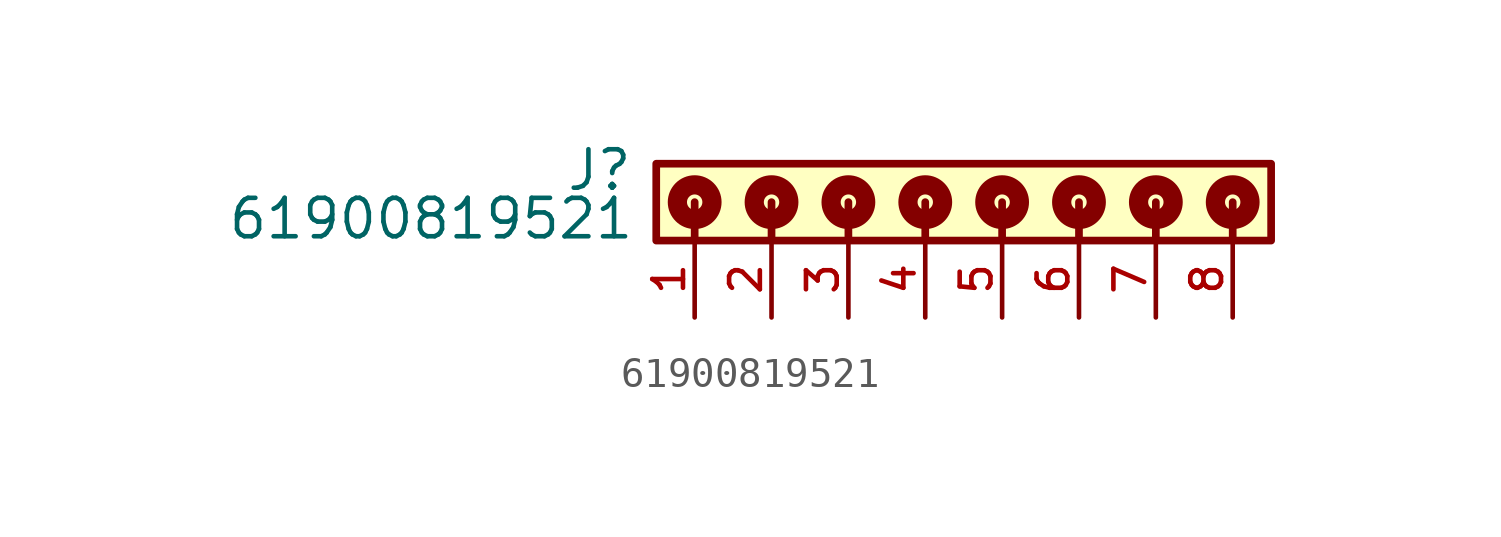
<source format=kicad_sym>
(kicad_symbol_lib
  (version 20211014)
  (generator kicad_symbol_editor)
  (symbol "61900819521"
    (pin_names
      (offset 1.016))
    (property "Reference" "J"
      (at -9.64 -0.955 0)
      (effects (font (size 1.27 1.27)) (justify bottom right)))
    (property "Value" "61900819521"
      (at -9.58 -2.56 0)
      (effects (font (size 1.27 1.27)) (justify bottom right)))
    (symbol "61900819521_0_0"
      (polyline (pts (xy -7.62 -1.27) (xy -7.62 -2.54)) (stroke (width 0.254)))
      (polyline (pts (xy -5.08 -1.27) (xy -5.08 -2.54)) (stroke (width 0.254)))
      (polyline (pts (xy -2.54 -1.27) (xy -2.54 -2.54)) (stroke (width 0.254)))
      (polyline (pts (xy 0.0 -1.27) (xy 0.0 -2.54)) (stroke (width 0.254)))
      (polyline (pts (xy 2.54 -1.27) (xy 2.54 -2.54)) (stroke (width 0.254)))
      (polyline (pts (xy 5.08 -1.27) (xy 5.08 -2.54)) (stroke (width 0.254)))
      (polyline (pts (xy 7.62 -1.27) (xy 7.62 -2.54)) (stroke (width 0.254)))
      (polyline (pts (xy 10.16 -1.27) (xy 10.16 -2.54)) (stroke (width 0.254)))
      (circle (center -7.62 -1.27) (radius 0.254) (stroke (width 0.635)) (fill (type none)))
      (circle (center -5.08 -1.27) (radius 0.254) (stroke (width 0.635)) (fill (type none)))
      (circle (center -2.54 -1.27) (radius 0.254) (stroke (width 0.635)) (fill (type none)))
      (circle (center 0.0 -1.27) (radius 0.254) (stroke (width 0.635)) (fill (type none)))
      (circle (center 2.54 -1.27) (radius 0.254) (stroke (width 0.635)) (fill (type none)))
      (circle (center 5.08 -1.27) (radius 0.254) (stroke (width 0.635)) (fill (type none)))
      (circle (center 7.62 -1.27) (radius 0.254) (stroke (width 0.635)) (fill (type none)))
      (circle (center 10.16 -1.27) (radius 0.254) (stroke (width 0.635)) (fill (type none)))
      (rectangle (start -8.89 -2.54) (end 11.43 0.0) (stroke (width 0.254)) (fill (type background)))
      (pin passive line (at -7.62 -5.08 90.0) (length 2.54) (name "~" (effects (font (size 1.016 1.016)))) (number "1" (effects (font (size 1.016 1.016)))))
      (pin passive line (at -5.08 -5.08 90.0) (length 2.54) (name "~" (effects (font (size 1.016 1.016)))) (number "2" (effects (font (size 1.016 1.016)))))
      (pin passive line (at -2.54 -5.08 90.0) (length 2.54) (name "~" (effects (font (size 1.016 1.016)))) (number "3" (effects (font (size 1.016 1.016)))))
      (pin passive line (at 0.0 -5.08 90.0) (length 2.54) (name "~" (effects (font (size 1.016 1.016)))) (number "4" (effects (font (size 1.016 1.016)))))
      (pin passive line (at 2.54 -5.08 90.0) (length 2.54) (name "~" (effects (font (size 1.016 1.016)))) (number "5" (effects (font (size 1.016 1.016)))))
      (pin passive line (at 5.08 -5.08 90.0) (length 2.54) (name "~" (effects (font (size 1.016 1.016)))) (number "6" (effects (font (size 1.016 1.016)))))
      (pin passive line (at 7.62 -5.08 90.0) (length 2.54) (name "~" (effects (font (size 1.016 1.016)))) (number "7" (effects (font (size 1.016 1.016)))))
      (pin passive line (at 10.16 -5.08 90.0) (length 2.54) (name "~" (effects (font (size 1.016 1.016)))) (number "8" (effects (font (size 1.016 1.016))))))))
</source>
